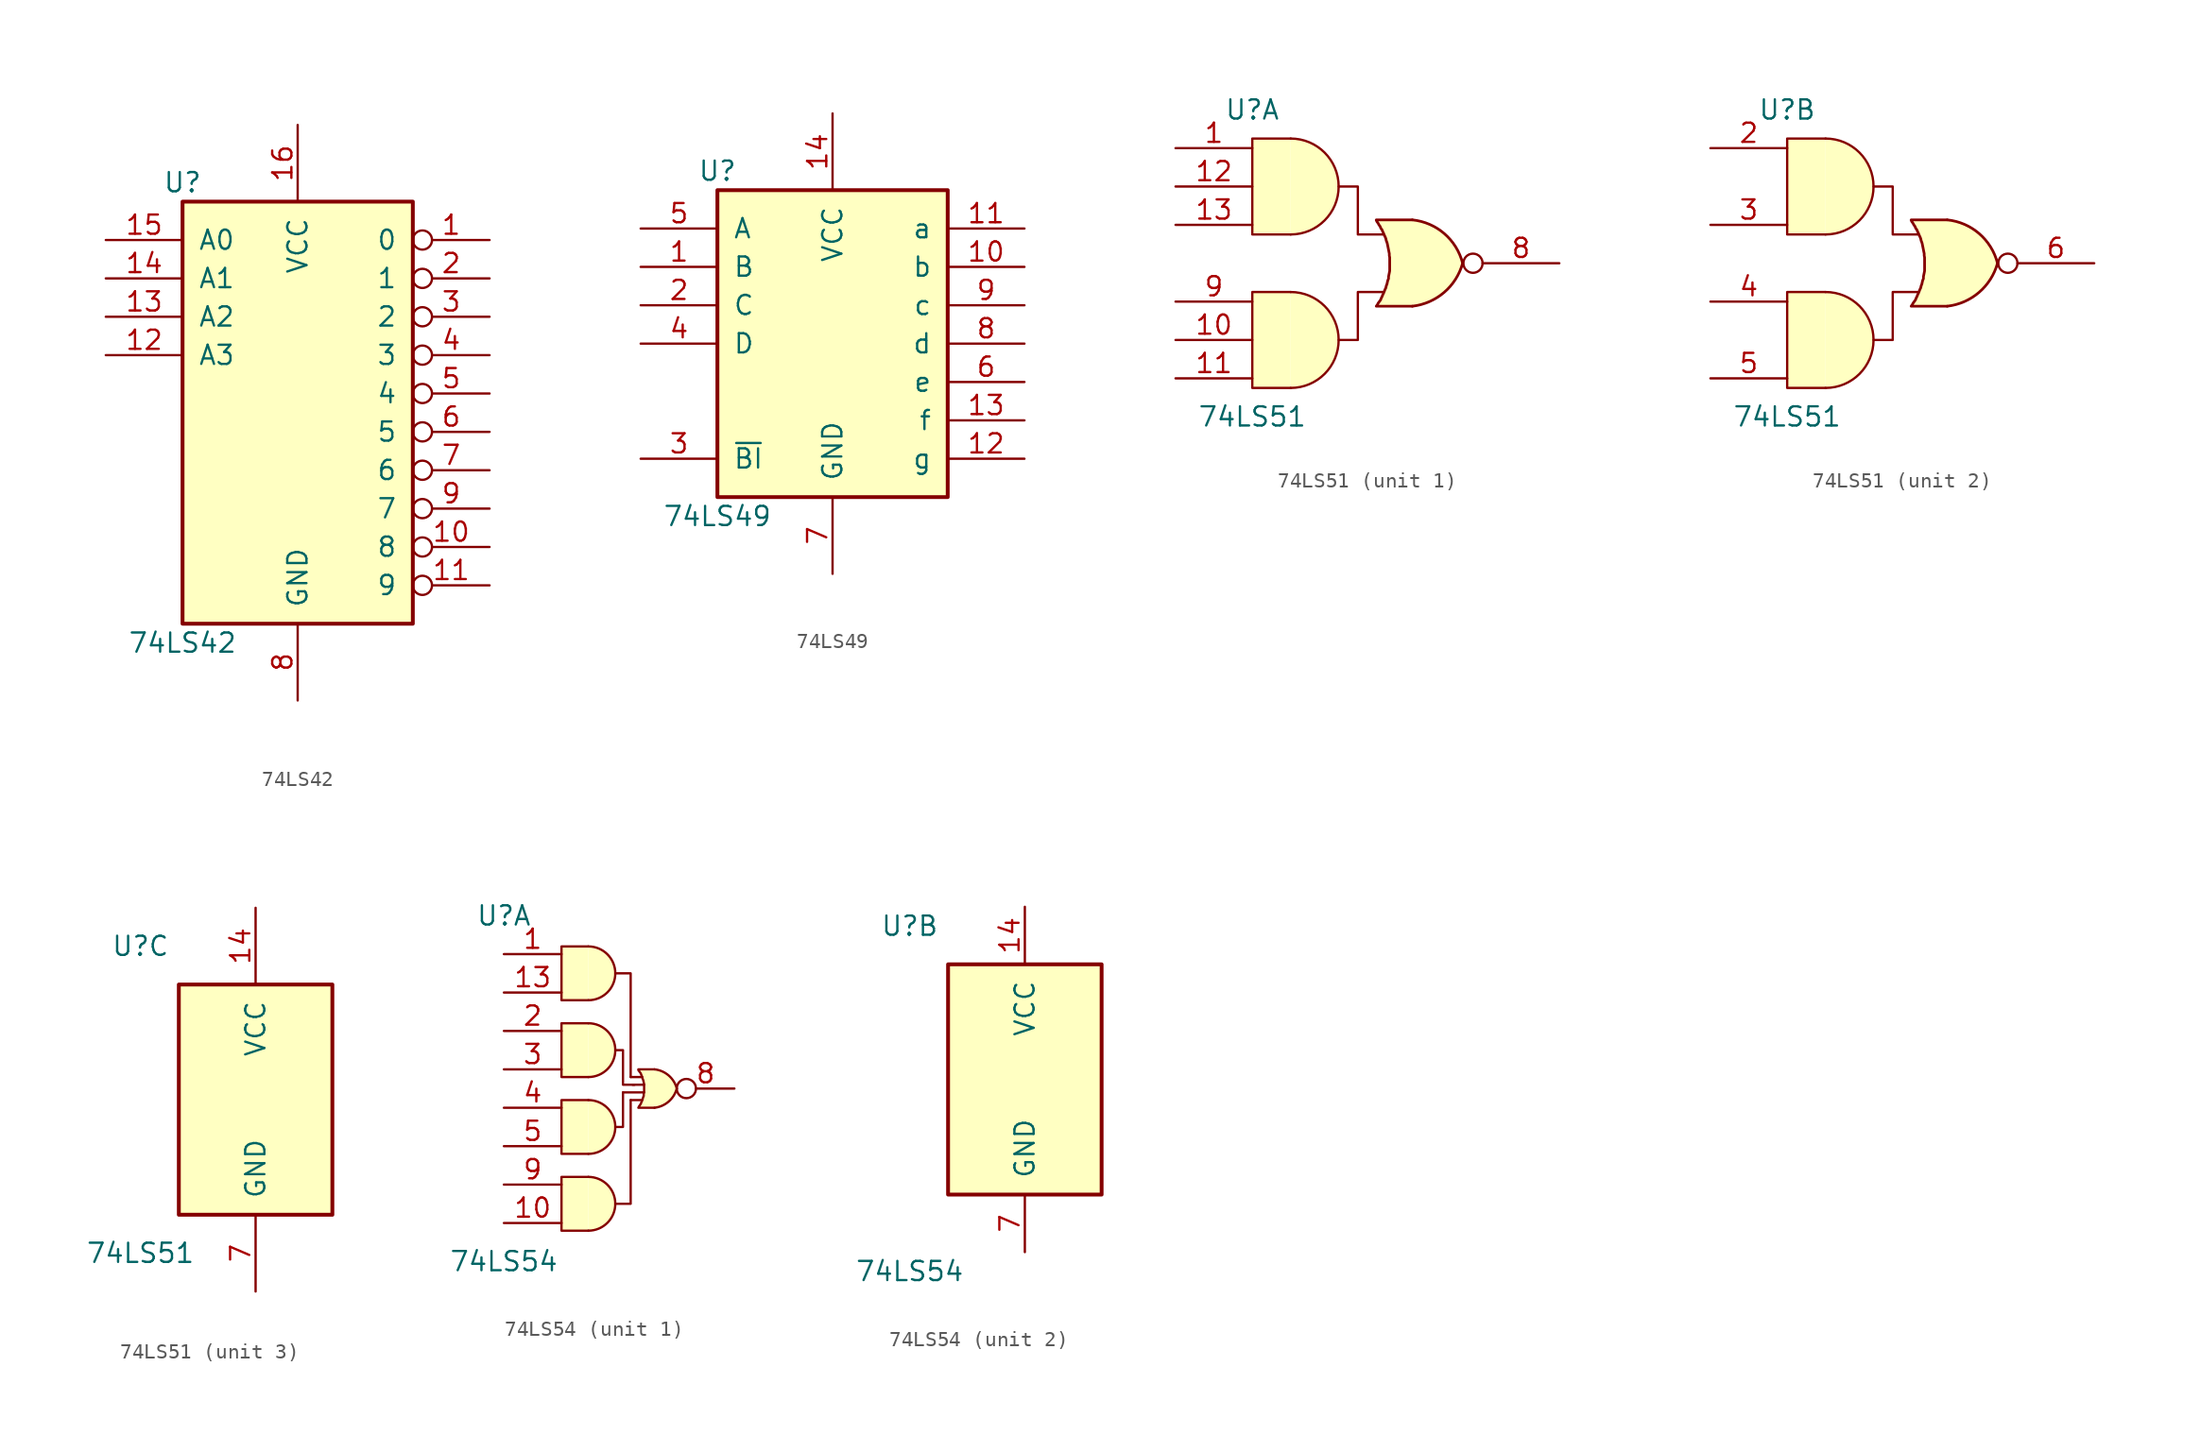
<source format=kicad_sym>
(kicad_symbol_lib
  (version 20241209)
  (generator "kicad_symbol_editor")
  (generator_version "9.0")
  (symbol "74LS42"
    (pin_names
      (offset 1.016))
    (property "Reference" "U"
      (at -7.62 13.97 0)
      (effects (font (size 1.27 1.27))))
    (property "Value" "74LS42"
      (at -7.62 -16.51 0)
      (effects (font (size 1.27 1.27))))
    (property "ki_locked" ""
      (at 0 0 0)
      (effects (font (size 1.27 1.27))))
    (symbol "74LS42_1_0"
      (pin input line (at -12.7 10.16 0) (length 5.08) (name "A0" (effects (font (size 1.27 1.27)))) (number "15" (effects (font (size 1.27 1.27)))))
      (pin input line (at -12.7 7.62 0) (length 5.08) (name "A1" (effects (font (size 1.27 1.27)))) (number "14" (effects (font (size 1.27 1.27)))))
      (pin input line (at -12.7 5.08 0) (length 5.08) (name "A2" (effects (font (size 1.27 1.27)))) (number "13" (effects (font (size 1.27 1.27)))))
      (pin input line (at -12.7 2.54 0) (length 5.08) (name "A3" (effects (font (size 1.27 1.27)))) (number "12" (effects (font (size 1.27 1.27)))))
      (pin power_in line (at 0 17.78 270) (length 5.08) (name "VCC" (effects (font (size 1.27 1.27)))) (number "16" (effects (font (size 1.27 1.27)))))
      (pin power_in line (at 0 -20.32 90) (length 5.08) (name "GND" (effects (font (size 1.27 1.27)))) (number "8" (effects (font (size 1.27 1.27)))))
      (pin output inverted (at 12.7 10.16 180) (length 5.08) (name "0" (effects (font (size 1.27 1.27)))) (number "1" (effects (font (size 1.27 1.27)))))
      (pin output inverted (at 12.7 7.62 180) (length 5.08) (name "1" (effects (font (size 1.27 1.27)))) (number "2" (effects (font (size 1.27 1.27)))))
      (pin output inverted (at 12.7 5.08 180) (length 5.08) (name "2" (effects (font (size 1.27 1.27)))) (number "3" (effects (font (size 1.27 1.27)))))
      (pin output inverted (at 12.7 2.54 180) (length 5.08) (name "3" (effects (font (size 1.27 1.27)))) (number "4" (effects (font (size 1.27 1.27)))))
      (pin output inverted (at 12.7 0 180) (length 5.08) (name "4" (effects (font (size 1.27 1.27)))) (number "5" (effects (font (size 1.27 1.27)))))
      (pin output inverted (at 12.7 -2.54 180) (length 5.08) (name "5" (effects (font (size 1.27 1.27)))) (number "6" (effects (font (size 1.27 1.27)))))
      (pin output inverted (at 12.7 -5.08 180) (length 5.08) (name "6" (effects (font (size 1.27 1.27)))) (number "7" (effects (font (size 1.27 1.27)))))
      (pin output inverted (at 12.7 -7.62 180) (length 5.08) (name "7" (effects (font (size 1.27 1.27)))) (number "9" (effects (font (size 1.27 1.27)))))
      (pin output inverted (at 12.7 -10.16 180) (length 5.08) (name "8" (effects (font (size 1.27 1.27)))) (number "10" (effects (font (size 1.27 1.27)))))
      (pin output inverted (at 12.7 -12.7 180) (length 5.08) (name "9" (effects (font (size 1.27 1.27)))) (number "11" (effects (font (size 1.27 1.27))))))
    (symbol "74LS42_1_1"
      (rectangle (start -7.62 12.7) (end 7.62 -15.24) (stroke (width 0.254) (type solid)) (fill (type background)))))
  (symbol "74LS49"
    (pin_names
      (offset 1.016))
    (property "Reference" "U"
      (at -7.62 11.43 0)
      (effects (font (size 1.27 1.27))))
    (property "Value" "74LS49"
      (at -7.62 -11.43 0)
      (effects (font (size 1.27 1.27))))
    (property "ki_locked" ""
      (at 0 0 0)
      (effects (font (size 1.27 1.27))))
    (symbol "74LS49_1_0"
      (pin input line (at -12.7 7.62 0) (length 5.08) (name "A" (effects (font (size 1.27 1.27)))) (number "5" (effects (font (size 1.27 1.27)))))
      (pin input line (at -12.7 5.08 0) (length 5.08) (name "B" (effects (font (size 1.27 1.27)))) (number "1" (effects (font (size 1.27 1.27)))))
      (pin input line (at -12.7 2.54 0) (length 5.08) (name "C" (effects (font (size 1.27 1.27)))) (number "2" (effects (font (size 1.27 1.27)))))
      (pin input line (at -12.7 0 0) (length 5.08) (name "D" (effects (font (size 1.27 1.27)))) (number "4" (effects (font (size 1.27 1.27)))))
      (pin input line (at -12.7 -7.62 0) (length 5.08) (name "~{BI}" (effects (font (size 1.27 1.27)))) (number "3" (effects (font (size 1.27 1.27)))))
      (pin power_in line (at 0 15.24 270) (length 5.08) (name "VCC" (effects (font (size 1.27 1.27)))) (number "14" (effects (font (size 1.27 1.27)))))
      (pin power_in line (at 0 -15.24 90) (length 5.08) (name "GND" (effects (font (size 1.27 1.27)))) (number "7" (effects (font (size 1.27 1.27)))))
      (pin open_collector line (at 12.7 7.62 180) (length 5.08) (name "a" (effects (font (size 1.27 1.27)))) (number "11" (effects (font (size 1.27 1.27)))))
      (pin open_collector line (at 12.7 5.08 180) (length 5.08) (name "b" (effects (font (size 1.27 1.27)))) (number "10" (effects (font (size 1.27 1.27)))))
      (pin open_collector line (at 12.7 2.54 180) (length 5.08) (name "c" (effects (font (size 1.27 1.27)))) (number "9" (effects (font (size 1.27 1.27)))))
      (pin open_collector line (at 12.7 0 180) (length 5.08) (name "d" (effects (font (size 1.27 1.27)))) (number "8" (effects (font (size 1.27 1.27)))))
      (pin open_collector line (at 12.7 -2.54 180) (length 5.08) (name "e" (effects (font (size 1.27 1.27)))) (number "6" (effects (font (size 1.27 1.27)))))
      (pin open_collector line (at 12.7 -5.08 180) (length 5.08) (name "f" (effects (font (size 1.27 1.27)))) (number "13" (effects (font (size 1.27 1.27)))))
      (pin open_collector line (at 12.7 -7.62 180) (length 5.08) (name "g" (effects (font (size 1.27 1.27)))) (number "12" (effects (font (size 1.27 1.27))))))
    (symbol "74LS49_1_1"
      (rectangle (start -7.62 10.16) (end 7.62 -10.16) (stroke (width 0.254) (type solid)) (fill (type background)))))
  (symbol "74LS51"
    (pin_names
      (offset 1.016))
    (property "Reference" "U"
      (at -7.62 10.16 0)
      (effects (font (size 1.27 1.27))))
    (property "Value" "74LS51"
      (at -7.62 -10.16 0)
      (effects (font (size 1.27 1.27))))
    (property "ki_locked" ""
      (at 0 0 0)
      (effects (font (size 1.27 1.27))))
    (symbol "74LS51_1_0"
      (arc (start -5.08 8.255) (mid -1.905 5.08) (end -5.08 1.905) (stroke (width 0) (type solid)) (fill (type background)))
      (polyline (pts (xy -5.08 1.905) (xy -7.62 1.905) (xy -7.62 8.255) (xy -5.08 8.255)) (stroke (width 0) (type solid)) (fill (type background)))
      (polyline (pts (xy -5.08 -1.905) (xy -7.62 -1.905) (xy -7.62 -8.255) (xy -5.08 -8.255)) (stroke (width 0) (type solid)) (fill (type background)))
      (arc (start -5.08 -1.905) (mid -1.905 -5.08) (end -5.08 -8.255) (stroke (width 0) (type solid)) (fill (type background)))
      (polyline (pts (xy -1.905 5.08) (xy -0.635 5.08) (xy -0.635 1.905) (xy 1.016 1.905)) (stroke (width 0) (type solid)) (fill (type none)))
      (polyline (pts (xy -1.905 -5.08) (xy -0.635 -5.08) (xy -0.635 -1.905) (xy 1.016 -1.905)) (stroke (width 0) (type solid)) (fill (type none)))
      (arc (start 6.2992 0) (mid 5.073 -1.9311) (end 2.9718 -2.8448) (stroke (width 0.1778) (type solid)) (fill (type background)))
      (arc (start 2.9718 2.8702) (mid 5.0905 1.9581) (end 6.2992 0) (stroke (width 0.1778) (type solid)) (fill (type background)))
      (polyline (pts (xy 2.972 2.87) (xy 0.584 2.87) (xy 0.584 2.845) (xy 0.635 2.743) (xy 0.711 2.642) (xy 0.762 2.54) (xy 0.838 2.438) (xy 0.889 2.311) (xy 0.965 2.21) (xy 1.016 2.083) (xy 1.067 1.981) (xy 1.118 1.854) (xy 1.168 1.753) (xy 1.219 1.626) (xy 1.245 1.499) (xy 1.295 1.372) (xy 1.321 1.27) (xy 1.346 1.143) (xy 1.372 1.016) (xy 1.397 0.889) (xy 1.422 0.762) (xy 1.448 0.635) (xy 1.448 0.508) (xy 1.473 0.381) (xy 1.473 0.254) (xy 1.473 0.127) (xy 1.473 0) (xy 1.473 -0.127) (xy 1.473 -0.254) (xy 1.473 -0.381) (xy 1.473 -0.508) (xy 1.448 -0.635) (xy 1.422 -0.762) (xy 1.397 -0.889) (xy 1.397 -1.016) (xy 1.346 -1.143) (xy 1.321 -1.245) (xy 1.295 -1.372) (xy 1.245 -1.499) (xy 1.219 -1.626) (xy 1.168 -1.727) (xy 1.118 -1.854) (xy 1.067 -1.981) (xy 1.016 -2.083) (xy 0.965 -2.21) (xy 0.914 -2.311) (xy 0.864 -2.438) (xy 0.787 -2.54) (xy 0.711 -2.642) (xy 0.66 -2.743) (xy 0.584 -2.845) (xy 0.584 -2.845) (xy 2.972 -2.845)) (stroke (width 0.178) (type solid)) (fill (type background)))
      (circle (center 6.985 0) (radius 0.635) (stroke (width 0) (type solid)) (fill (type none)))
      (pin input line (at -12.7 7.62 0) (length 5.08) (name "~" (effects (font (size 1.27 1.27)))) (number "1" (effects (font (size 1.27 1.27)))))
      (pin input line (at -12.7 5.08 0) (length 5.08) (name "~" (effects (font (size 1.27 1.27)))) (number "12" (effects (font (size 1.27 1.27)))))
      (pin input line (at -12.7 2.54 0) (length 5.08) (name "~" (effects (font (size 1.27 1.27)))) (number "13" (effects (font (size 1.27 1.27)))))
      (pin input line (at -12.7 -2.54 0) (length 5.08) (name "~" (effects (font (size 1.27 1.27)))) (number "9" (effects (font (size 1.27 1.27)))))
      (pin input line (at -12.7 -5.08 0) (length 5.08) (name "~" (effects (font (size 1.27 1.27)))) (number "10" (effects (font (size 1.27 1.27)))))
      (pin input line (at -12.7 -7.62 0) (length 5.08) (name "~" (effects (font (size 1.27 1.27)))) (number "11" (effects (font (size 1.27 1.27)))))
      (pin output line (at 12.7 0 180) (length 5.08) (name "~" (effects (font (size 1.27 1.27)))) (number "8" (effects (font (size 1.27 1.27))))))
    (symbol "74LS51_2_0"
      (arc (start -5.08 8.255) (mid -1.905 5.08) (end -5.08 1.905) (stroke (width 0) (type solid)) (fill (type background)))
      (polyline (pts (xy -5.08 1.905) (xy -7.62 1.905) (xy -7.62 8.255) (xy -5.08 8.255)) (stroke (width 0) (type solid)) (fill (type background)))
      (polyline (pts (xy -5.08 -1.905) (xy -7.62 -1.905) (xy -7.62 -8.255) (xy -5.08 -8.255)) (stroke (width 0) (type solid)) (fill (type background)))
      (arc (start -5.08 -1.905) (mid -1.905 -5.08) (end -5.08 -8.255) (stroke (width 0) (type solid)) (fill (type background)))
      (polyline (pts (xy -1.905 5.08) (xy -0.635 5.08) (xy -0.635 1.905) (xy 1.016 1.905)) (stroke (width 0) (type solid)) (fill (type none)))
      (polyline (pts (xy -1.905 -5.08) (xy -0.635 -5.08) (xy -0.635 -1.905) (xy 1.016 -1.905)) (stroke (width 0) (type solid)) (fill (type none)))
      (arc (start 6.2992 0) (mid 5.073 -1.9311) (end 2.9718 -2.8448) (stroke (width 0.1778) (type solid)) (fill (type background)))
      (arc (start 2.9718 2.8702) (mid 5.0905 1.9581) (end 6.2992 0) (stroke (width 0.1778) (type solid)) (fill (type background)))
      (polyline (pts (xy 2.972 2.87) (xy 0.584 2.87) (xy 0.584 2.845) (xy 0.635 2.743) (xy 0.711 2.642) (xy 0.762 2.54) (xy 0.838 2.438) (xy 0.889 2.311) (xy 0.965 2.21) (xy 1.016 2.083) (xy 1.067 1.981) (xy 1.118 1.854) (xy 1.168 1.753) (xy 1.219 1.626) (xy 1.245 1.499) (xy 1.295 1.372) (xy 1.321 1.27) (xy 1.346 1.143) (xy 1.372 1.016) (xy 1.397 0.889) (xy 1.422 0.762) (xy 1.448 0.635) (xy 1.448 0.508) (xy 1.473 0.381) (xy 1.473 0.254) (xy 1.473 0.127) (xy 1.473 0) (xy 1.473 -0.127) (xy 1.473 -0.254) (xy 1.473 -0.381) (xy 1.473 -0.508) (xy 1.448 -0.635) (xy 1.422 -0.762) (xy 1.397 -0.889) (xy 1.397 -1.016) (xy 1.346 -1.143) (xy 1.321 -1.245) (xy 1.295 -1.372) (xy 1.245 -1.499) (xy 1.219 -1.626) (xy 1.168 -1.727) (xy 1.118 -1.854) (xy 1.067 -1.981) (xy 1.016 -2.083) (xy 0.965 -2.21) (xy 0.914 -2.311) (xy 0.864 -2.438) (xy 0.787 -2.54) (xy 0.711 -2.642) (xy 0.66 -2.743) (xy 0.584 -2.845) (xy 0.584 -2.845) (xy 2.972 -2.845)) (stroke (width 0.178) (type solid)) (fill (type background)))
      (circle (center 6.985 0) (radius 0.635) (stroke (width 0) (type solid)) (fill (type none)))
      (pin input line (at -12.7 7.62 0) (length 5.08) (name "~" (effects (font (size 1.27 1.27)))) (number "2" (effects (font (size 1.27 1.27)))))
      (pin input line (at -12.7 2.54 0) (length 5.08) (name "~" (effects (font (size 1.27 1.27)))) (number "3" (effects (font (size 1.27 1.27)))))
      (pin input line (at -12.7 -2.54 0) (length 5.08) (name "~" (effects (font (size 1.27 1.27)))) (number "4" (effects (font (size 1.27 1.27)))))
      (pin input line (at -12.7 -7.62 0) (length 5.08) (name "~" (effects (font (size 1.27 1.27)))) (number "5" (effects (font (size 1.27 1.27)))))
      (pin output line (at 12.7 0 180) (length 5.08) (name "~" (effects (font (size 1.27 1.27)))) (number "6" (effects (font (size 1.27 1.27))))))
    (symbol "74LS51_3_0"
      (pin power_in line (at 0 12.7 270) (length 5.08) (name "VCC" (effects (font (size 1.27 1.27)))) (number "14" (effects (font (size 1.27 1.27)))))
      (pin power_in line (at 0 -12.7 90) (length 5.08) (name "GND" (effects (font (size 1.27 1.27)))) (number "7" (effects (font (size 1.27 1.27))))))
    (symbol "74LS51_3_1"
      (rectangle (start -5.08 7.62) (end 5.08 -7.62) (stroke (width 0.254) (type solid)) (fill (type background)))))
  (symbol "74LS54"
    (pin_names
      (offset 1.016))
    (property "Reference" "U"
      (at -7.62 10.16 0)
      (effects (font (size 1.27 1.27))))
    (property "Value" "74LS54"
      (at -7.62 -12.7 0)
      (effects (font (size 1.27 1.27))))
    (property "ki_locked" ""
      (at 0 0 0)
      (effects (font (size 1.27 1.27))))
    (symbol "74LS54_1_0"
      (polyline (pts (xy -2.032 8.128) (xy -3.81 8.128) (xy -3.81 4.572) (xy -2.032 4.572)) (stroke (width 0) (type solid)) (fill (type background)))
      (arc (start -2.032 8.128) (mid -0.254 6.35) (end -2.032 4.572) (stroke (width 0) (type solid)) (fill (type background)))
      (polyline (pts (xy -2.032 3.048) (xy -3.81 3.048) (xy -3.81 -0.508) (xy -2.032 -0.508)) (stroke (width 0) (type solid)) (fill (type background)))
      (arc (start -2.032 3.048) (mid -0.254 1.27) (end -2.032 -0.508) (stroke (width 0) (type solid)) (fill (type background)))
      (polyline (pts (xy -2.032 -2.032) (xy -3.81 -2.032) (xy -3.81 -5.588) (xy -2.032 -5.588)) (stroke (width 0) (type solid)) (fill (type background)))
      (arc (start -2.032 -2.032) (mid -0.254 -3.81) (end -2.032 -5.588) (stroke (width 0) (type solid)) (fill (type background)))
      (polyline (pts (xy -2.032 -7.112) (xy -3.81 -7.112) (xy -3.81 -10.668) (xy -2.032 -10.668)) (stroke (width 0) (type solid)) (fill (type background)))
      (arc (start -2.032 -7.112) (mid -0.254 -8.89) (end -2.032 -10.668) (stroke (width 0) (type solid)) (fill (type background)))
      (polyline (pts (xy -0.254 -3.81) (xy 0.254 -3.81) (xy 0.254 -1.524)) (stroke (width 0) (type solid)) (fill (type none)))
      (polyline (pts (xy 0.254 -1.524) (xy 1.651 -1.524)) (stroke (width 0) (type solid)) (fill (type none)))
      (polyline (pts (xy 0.762 -0.508) (xy 1.524 -0.508)) (stroke (width 0) (type solid)) (fill (type none)))
      (polyline (pts (xy 0.762 -0.508) (xy 0.762 6.35) (xy -0.254 6.35)) (stroke (width 0) (type solid)) (fill (type none)))
      (polyline (pts (xy 0.762 -2.032) (xy 1.524 -2.032)) (stroke (width 0) (type solid)) (fill (type none)))
      (polyline (pts (xy 0.762 -2.032) (xy 0.762 -8.89) (xy -0.254 -8.89)) (stroke (width 0) (type solid)) (fill (type none)))
      (polyline (pts (xy 1.016 -1.016) (xy 0.254 -1.016) (xy 0.254 1.27) (xy -0.254 1.27)) (stroke (width 0) (type solid)) (fill (type none)))
      (polyline (pts (xy 1.651 -1.016) (xy 0.889 -1.016)) (stroke (width 0) (type solid)) (fill (type none)))
      (arc (start 3.81 -1.27) (mid 3.2708 -2.1329) (end 2.3368 -2.54) (stroke (width 0.1524) (type solid)) (fill (type background)))
      (arc (start 2.3368 0) (mid 3.2737 -0.4037) (end 3.81 -1.27) (stroke (width 0.1524) (type solid)) (fill (type background)))
      (polyline (pts (xy 2.337 0) (xy 1.27 0) (xy 1.27 0) (xy 1.27 -0.051) (xy 1.346 -0.152) (xy 1.422 -0.254) (xy 1.473 -0.381) (xy 1.524 -0.508) (xy 1.549 -0.61) (xy 1.6 -0.737) (xy 1.626 -0.864) (xy 1.651 -0.991) (xy 1.651 -1.118) (xy 1.651 -1.245) (xy 1.651 -1.372) (xy 1.651 -1.499) (xy 1.626 -1.626) (xy 1.626 -1.753) (xy 1.575 -1.88) (xy 1.549 -1.981) (xy 1.499 -2.108) (xy 1.448 -2.235) (xy 1.397 -2.337) (xy 1.321 -2.438) (xy 1.27 -2.54) (xy 1.27 -2.54) (xy 2.337 -2.54)) (stroke (width 0.152) (type solid)) (fill (type background)))
      (pin input line (at -7.62 7.62 0) (length 3.81) (name "~" (effects (font (size 1.27 1.27)))) (number "1" (effects (font (size 1.27 1.27)))))
      (pin input line (at -7.62 5.08 0) (length 3.81) (name "~" (effects (font (size 1.27 1.27)))) (number "13" (effects (font (size 1.27 1.27)))))
      (pin input line (at -7.62 2.54 0) (length 3.81) (name "~" (effects (font (size 1.27 1.27)))) (number "2" (effects (font (size 1.27 1.27)))))
      (pin input line (at -7.62 0 0) (length 3.81) (name "~" (effects (font (size 1.27 1.27)))) (number "3" (effects (font (size 1.27 1.27)))))
      (pin input line (at -7.62 -2.54 0) (length 3.81) (name "~" (effects (font (size 1.27 1.27)))) (number "4" (effects (font (size 1.27 1.27)))))
      (pin input line (at -7.62 -5.08 0) (length 3.81) (name "~" (effects (font (size 1.27 1.27)))) (number "5" (effects (font (size 1.27 1.27)))))
      (pin input line (at -7.62 -7.62 0) (length 3.81) (name "~" (effects (font (size 1.27 1.27)))) (number "9" (effects (font (size 1.27 1.27)))))
      (pin input line (at -7.62 -10.16 0) (length 3.81) (name "~" (effects (font (size 1.27 1.27)))) (number "10" (effects (font (size 1.27 1.27)))))
      (pin output inverted (at 7.62 -1.27 180) (length 3.81) (name "~" (effects (font (size 1.27 1.27)))) (number "8" (effects (font (size 1.27 1.27))))))
    (symbol "74LS54_2_0"
      (pin power_in line (at 0 11.43 270) (length 3.81) (name "VCC" (effects (font (size 1.27 1.27)))) (number "14" (effects (font (size 1.27 1.27)))))
      (pin power_in line (at 0 -11.43 90) (length 3.81) (name "GND" (effects (font (size 1.27 1.27)))) (number "7" (effects (font (size 1.27 1.27))))))
    (symbol "74LS54_2_1"
      (rectangle (start -5.08 7.62) (end 5.08 -7.62) (stroke (width 0.254) (type solid)) (fill (type background))))))
</source>
